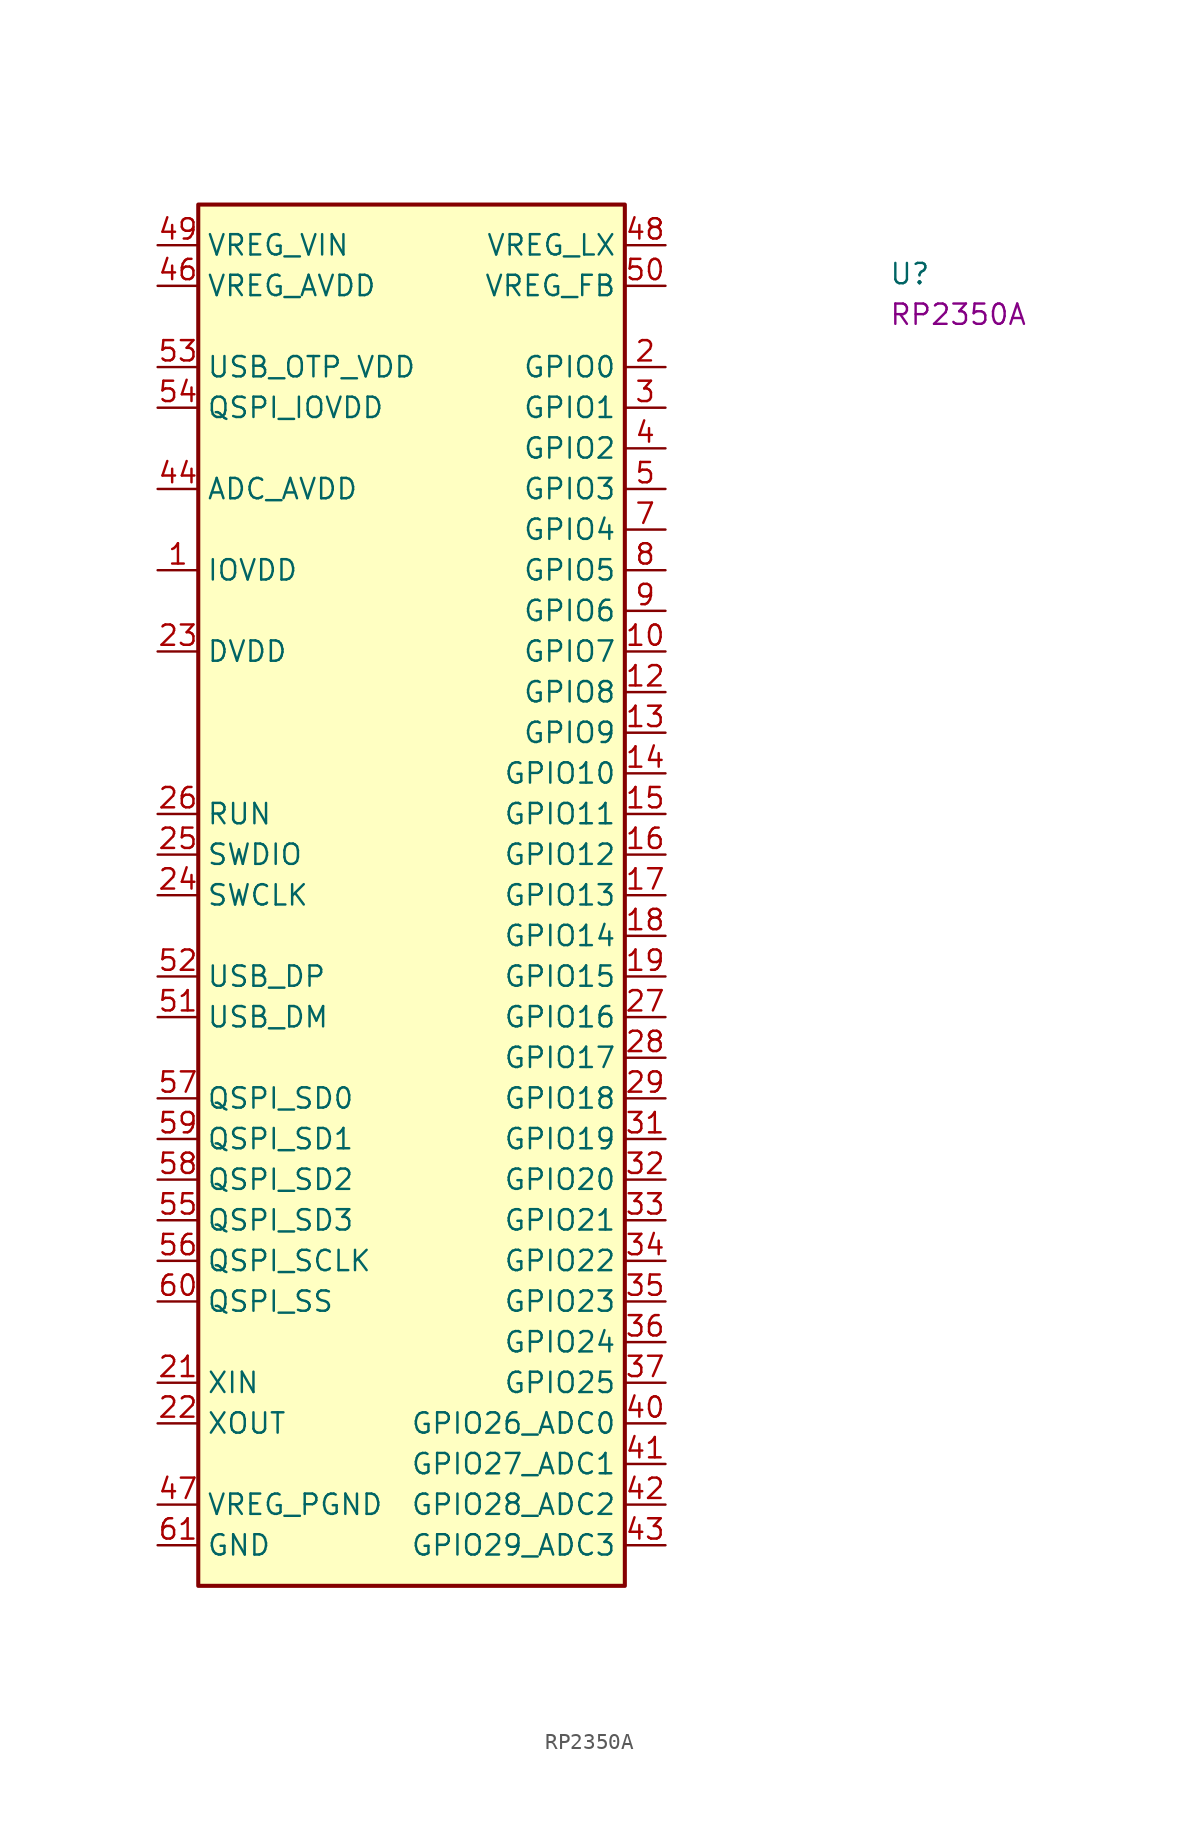
<source format=kicad_sym>
(kicad_symbol_lib
  (version 20220914)
  (generator kicad_symbol_editor)
  (symbol "RP2350A"
    (property "Reference" "U"
      (at 45.72 -2.54 0)
      (effects (font (size 1.27 1.27) (thickness 0.15)) (justify left bottom)))
    (property "MPN" "RP2350A"
      (at 45.72 -5.08 0)
      (effects (font (size 1.27 1.27) (thickness 0.15)) (justify left bottom)))
    (symbol "RP2350A_1_1"
      (rectangle (start 2.54 2.54) (end 29.21 -83.82) (stroke (width 0.254) (type default)) (fill (type background)))
      (pin power_in line (at 0 -20.32 0) (length 2.54) (name "IOVDD" (effects (font (size 1.27 1.27)))) (number "1" (effects (font (size 1.27 1.27)))))
      (pin bidirectional line (at 31.75 -25.4 180) (length 2.54) (name "GPIO7" (effects (font (size 1.27 1.27)))) (number "10" (effects (font (size 1.27 1.27)))))
      (pin passive line (at 0 -20.32 0) (length 2.54) hide (name "IOVDD" (effects (font (size 1.27 1.27)))) (number "11" (effects (font (size 1.27 1.27)))))
      (pin bidirectional line (at 31.75 -27.94 180) (length 2.54) (name "GPIO8" (effects (font (size 1.27 1.27)))) (number "12" (effects (font (size 1.27 1.27)))))
      (pin bidirectional line (at 31.75 -30.48 180) (length 2.54) (name "GPIO9" (effects (font (size 1.27 1.27)))) (number "13" (effects (font (size 1.27 1.27)))))
      (pin bidirectional line (at 31.75 -33.02 180) (length 2.54) (name "GPIO10" (effects (font (size 1.27 1.27)))) (number "14" (effects (font (size 1.27 1.27)))))
      (pin bidirectional line (at 31.75 -35.56 180) (length 2.54) (name "GPIO11" (effects (font (size 1.27 1.27)))) (number "15" (effects (font (size 1.27 1.27)))))
      (pin bidirectional line (at 31.75 -38.1 180) (length 2.54) (name "GPIO12" (effects (font (size 1.27 1.27)))) (number "16" (effects (font (size 1.27 1.27)))))
      (pin bidirectional line (at 31.75 -40.64 180) (length 2.54) (name "GPIO13" (effects (font (size 1.27 1.27)))) (number "17" (effects (font (size 1.27 1.27)))))
      (pin bidirectional line (at 31.75 -43.18 180) (length 2.54) (name "GPIO14" (effects (font (size 1.27 1.27)))) (number "18" (effects (font (size 1.27 1.27)))))
      (pin bidirectional line (at 31.75 -45.72 180) (length 2.54) (name "GPIO15" (effects (font (size 1.27 1.27)))) (number "19" (effects (font (size 1.27 1.27)))))
      (pin bidirectional line (at 31.75 -7.62 180) (length 2.54) (name "GPIO0" (effects (font (size 1.27 1.27)))) (number "2" (effects (font (size 1.27 1.27)))))
      (pin passive line (at 0 -20.32 0) (length 2.54) hide (name "IOVDD" (effects (font (size 1.27 1.27)))) (number "20" (effects (font (size 1.27 1.27)))))
      (pin passive line (at 0 -71.12 0) (length 2.54) (name "XIN" (effects (font (size 1.27 1.27)))) (number "21" (effects (font (size 1.27 1.27)))))
      (pin passive line (at 0 -73.66 0) (length 2.54) (name "XOUT" (effects (font (size 1.27 1.27)))) (number "22" (effects (font (size 1.27 1.27)))))
      (pin power_in line (at 0 -25.4 0) (length 2.54) (name "DVDD" (effects (font (size 1.27 1.27)))) (number "23" (effects (font (size 1.27 1.27)))))
      (pin input line (at 0 -40.64 0) (length 2.54) (name "SWCLK" (effects (font (size 1.27 1.27)))) (number "24" (effects (font (size 1.27 1.27)))))
      (pin bidirectional line (at 0 -38.1 0) (length 2.54) (name "SWDIO" (effects (font (size 1.27 1.27)))) (number "25" (effects (font (size 1.27 1.27)))))
      (pin input line (at 0 -35.56 0) (length 2.54) (name "RUN" (effects (font (size 1.27 1.27)))) (number "26" (effects (font (size 1.27 1.27)))))
      (pin bidirectional line (at 31.75 -48.26 180) (length 2.54) (name "GPIO16" (effects (font (size 1.27 1.27)))) (number "27" (effects (font (size 1.27 1.27)))))
      (pin bidirectional line (at 31.75 -50.8 180) (length 2.54) (name "GPIO17" (effects (font (size 1.27 1.27)))) (number "28" (effects (font (size 1.27 1.27)))))
      (pin bidirectional line (at 31.75 -53.34 180) (length 2.54) (name "GPIO18" (effects (font (size 1.27 1.27)))) (number "29" (effects (font (size 1.27 1.27)))))
      (pin bidirectional line (at 31.75 -10.16 180) (length 2.54) (name "GPIO1" (effects (font (size 1.27 1.27)))) (number "3" (effects (font (size 1.27 1.27)))))
      (pin passive line (at 0 -20.32 0) (length 2.54) hide (name "IOVDD" (effects (font (size 1.27 1.27)))) (number "30" (effects (font (size 1.27 1.27)))))
      (pin bidirectional line (at 31.75 -55.88 180) (length 2.54) (name "GPIO19" (effects (font (size 1.27 1.27)))) (number "31" (effects (font (size 1.27 1.27)))))
      (pin bidirectional line (at 31.75 -58.42 180) (length 2.54) (name "GPIO20" (effects (font (size 1.27 1.27)))) (number "32" (effects (font (size 1.27 1.27)))))
      (pin bidirectional line (at 31.75 -60.96 180) (length 2.54) (name "GPIO21" (effects (font (size 1.27 1.27)))) (number "33" (effects (font (size 1.27 1.27)))))
      (pin bidirectional line (at 31.75 -63.5 180) (length 2.54) (name "GPIO22" (effects (font (size 1.27 1.27)))) (number "34" (effects (font (size 1.27 1.27)))))
      (pin bidirectional line (at 31.75 -66.04 180) (length 2.54) (name "GPIO23" (effects (font (size 1.27 1.27)))) (number "35" (effects (font (size 1.27 1.27)))))
      (pin bidirectional line (at 31.75 -68.58 180) (length 2.54) (name "GPIO24" (effects (font (size 1.27 1.27)))) (number "36" (effects (font (size 1.27 1.27)))))
      (pin bidirectional line (at 31.75 -71.12 180) (length 2.54) (name "GPIO25" (effects (font (size 1.27 1.27)))) (number "37" (effects (font (size 1.27 1.27)))))
      (pin passive line (at 0 -20.32 0) (length 2.54) hide (name "IOVDD" (effects (font (size 1.27 1.27)))) (number "38" (effects (font (size 1.27 1.27)))))
      (pin passive line (at 0 -25.4 0) (length 2.54) hide (name "DVDD" (effects (font (size 1.27 1.27)))) (number "39" (effects (font (size 1.27 1.27)))))
      (pin bidirectional line (at 31.75 -12.7 180) (length 2.54) (name "GPIO2" (effects (font (size 1.27 1.27)))) (number "4" (effects (font (size 1.27 1.27)))))
      (pin bidirectional line (at 31.75 -73.66 180) (length 2.54) (name "GPIO26_ADC0" (effects (font (size 1.27 1.27)))) (number "40" (effects (font (size 1.27 1.27)))))
      (pin bidirectional line (at 31.75 -76.2 180) (length 2.54) (name "GPIO27_ADC1" (effects (font (size 1.27 1.27)))) (number "41" (effects (font (size 1.27 1.27)))))
      (pin bidirectional line (at 31.75 -78.74 180) (length 2.54) (name "GPIO28_ADC2" (effects (font (size 1.27 1.27)))) (number "42" (effects (font (size 1.27 1.27)))))
      (pin bidirectional line (at 31.75 -81.28 180) (length 2.54) (name "GPIO29_ADC3" (effects (font (size 1.27 1.27)))) (number "43" (effects (font (size 1.27 1.27)))))
      (pin power_in line (at 0 -15.24 0) (length 2.54) (name "ADC_AVDD" (effects (font (size 1.27 1.27)))) (number "44" (effects (font (size 1.27 1.27)))))
      (pin passive line (at 0 -20.32 0) (length 2.54) hide (name "IOVDD" (effects (font (size 1.27 1.27)))) (number "45" (effects (font (size 1.27 1.27)))))
      (pin power_in line (at 0 -2.54 0) (length 2.54) (name "VREG_AVDD" (effects (font (size 1.27 1.27)))) (number "46" (effects (font (size 1.27 1.27)))))
      (pin power_in line (at 0 -78.74 0) (length 2.54) (name "VREG_PGND" (effects (font (size 1.27 1.27)))) (number "47" (effects (font (size 1.27 1.27)))))
      (pin passive line (at 31.75 0 180) (length 2.54) (name "VREG_LX" (effects (font (size 1.27 1.27)))) (number "48" (effects (font (size 1.27 1.27)))))
      (pin power_in line (at 0 0 0) (length 2.54) (name "VREG_VIN" (effects (font (size 1.27 1.27)))) (number "49" (effects (font (size 1.27 1.27)))))
      (pin bidirectional line (at 31.75 -15.24 180) (length 2.54) (name "GPIO3" (effects (font (size 1.27 1.27)))) (number "5" (effects (font (size 1.27 1.27)))))
      (pin passive line (at 31.75 -2.54 180) (length 2.54) (name "VREG_FB" (effects (font (size 1.27 1.27)))) (number "50" (effects (font (size 1.27 1.27)))))
      (pin bidirectional line (at 0 -48.26 0) (length 2.54) (name "USB_DM" (effects (font (size 1.27 1.27)))) (number "51" (effects (font (size 1.27 1.27)))))
      (pin bidirectional line (at 0 -45.72 0) (length 2.54) (name "USB_DP" (effects (font (size 1.27 1.27)))) (number "52" (effects (font (size 1.27 1.27)))))
      (pin power_in line (at 0 -7.62 0) (length 2.54) (name "USB_OTP_VDD" (effects (font (size 1.27 1.27)))) (number "53" (effects (font (size 1.27 1.27)))))
      (pin power_in line (at 0 -10.16 0) (length 2.54) (name "QSPI_IOVDD" (effects (font (size 1.27 1.27)))) (number "54" (effects (font (size 1.27 1.27)))))
      (pin bidirectional line (at 0 -60.96 0) (length 2.54) (name "QSPI_SD3" (effects (font (size 1.27 1.27)))) (number "55" (effects (font (size 1.27 1.27)))))
      (pin bidirectional line (at 0 -63.5 0) (length 2.54) (name "QSPI_SCLK" (effects (font (size 1.27 1.27)))) (number "56" (effects (font (size 1.27 1.27)))))
      (pin bidirectional line (at 0 -53.34 0) (length 2.54) (name "QSPI_SD0" (effects (font (size 1.27 1.27)))) (number "57" (effects (font (size 1.27 1.27)))))
      (pin bidirectional line (at 0 -58.42 0) (length 2.54) (name "QSPI_SD2" (effects (font (size 1.27 1.27)))) (number "58" (effects (font (size 1.27 1.27)))))
      (pin bidirectional line (at 0 -55.88 0) (length 2.54) (name "QSPI_SD1" (effects (font (size 1.27 1.27)))) (number "59" (effects (font (size 1.27 1.27)))))
      (pin passive line (at 0 -25.4 0) (length 2.54) hide (name "DVDD" (effects (font (size 1.27 1.27)))) (number "6" (effects (font (size 1.27 1.27)))))
      (pin bidirectional line (at 0 -66.04 0) (length 2.54) (name "QSPI_SS" (effects (font (size 1.27 1.27)))) (number "60" (effects (font (size 1.27 1.27)))))
      (pin power_in line (at 0 -81.28 0) (length 2.54) (name "GND" (effects (font (size 1.27 1.27)))) (number "61" (effects (font (size 1.27 1.27)))))
      (pin bidirectional line (at 31.75 -17.78 180) (length 2.54) (name "GPIO4" (effects (font (size 1.27 1.27)))) (number "7" (effects (font (size 1.27 1.27)))))
      (pin bidirectional line (at 31.75 -20.32 180) (length 2.54) (name "GPIO5" (effects (font (size 1.27 1.27)))) (number "8" (effects (font (size 1.27 1.27)))))
      (pin bidirectional line (at 31.75 -22.86 180) (length 2.54) (name "GPIO6" (effects (font (size 1.27 1.27)))) (number "9" (effects (font (size 1.27 1.27))))))))
</source>
